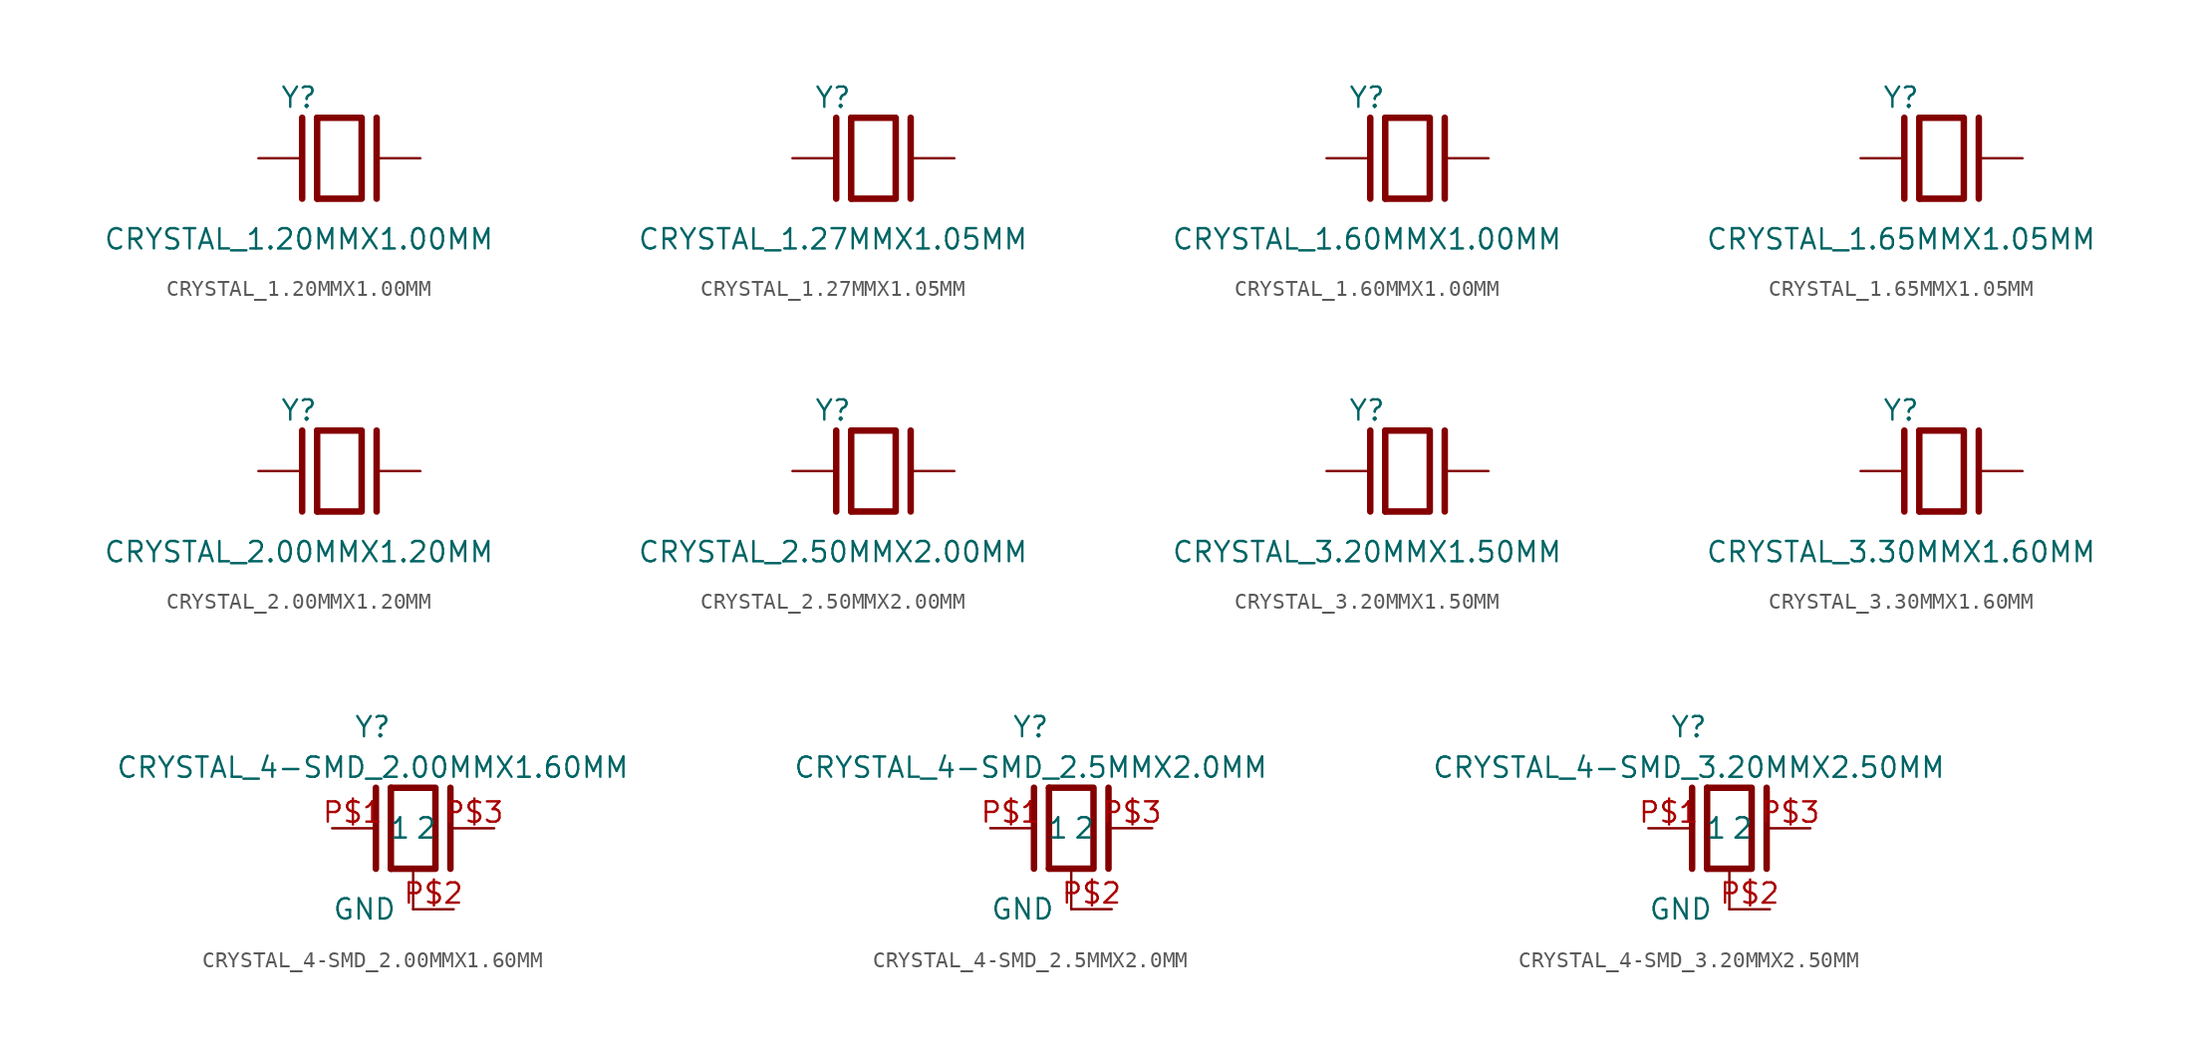
<source format=kicad_sym>
(kicad_symbol_lib
  (version 20211014)
  (generator kicad_symbol_editor)
  (symbol "CRYSTAL_1.20MMX1.00MM"
    (pin_numbers hide)
    (pin_names
      (offset 1.016) hide)
    (property "Reference" "Y"
      (at -2.54 3.81 0)
      (effects (font (size 1.27 1.27))))
    (property "Value" "CRYSTAL_1.20MMX1.00MM"
      (at -2.54 -5.08 0)
      (effects (font (size 1.27 1.27))))
    (symbol "CRYSTAL_1.20MMX1.00MM_0_0")
    (symbol "CRYSTAL_1.20MMX1.00MM_0_1"
      (polyline (pts (xy -1.397 2.54) (xy 1.397 2.54) (xy 1.397 -2.54) (xy -1.397 -2.54)) (stroke (width 0.406) (type default) (color 0 0 0 0)) (fill (type none)))
      (polyline (pts (xy -1.397 2.54) (xy -1.397 -2.54)) (stroke (width 0.406) (type default) (color 0 0 0 0)) (fill (type none)))
      (polyline (pts (xy 2.337 2.54) (xy 2.337 -2.54)) (stroke (width 0.406) (type default) (color 0 0 0 0)) (fill (type none)))
      (polyline (pts (xy -2.337 2.54) (xy -2.337 -2.54)) (stroke (width 0.406) (type default) (color 0 0 0 0)) (fill (type none))))
    (symbol "CRYSTAL_1.20MMX1.00MM_1_1"
      (pin passive line (at 5.08 0 180) (length 2.54) (name "2" (effects (font (size 1.27 1.27)))) (number "P$2" (effects (font (size 1.27 1.27)))))
      (pin passive line (at -5.08 0 0) (length 2.54) (name "1" (effects (font (size 1.27 1.27)))) (number "P$1" (effects (font (size 1.27 1.27)))))))
  (symbol "CRYSTAL_1.27MMX1.05MM"
    (pin_numbers hide)
    (pin_names
      (offset 1.016) hide)
    (property "Reference" "Y"
      (at -2.54 3.81 0)
      (effects (font (size 1.27 1.27))))
    (property "Value" "CRYSTAL_1.27MMX1.05MM"
      (at -2.54 -5.08 0)
      (effects (font (size 1.27 1.27))))
    (symbol "CRYSTAL_1.27MMX1.05MM_0_0")
    (symbol "CRYSTAL_1.27MMX1.05MM_0_1"
      (polyline (pts (xy -1.397 2.54) (xy 1.397 2.54) (xy 1.397 -2.54) (xy -1.397 -2.54)) (stroke (width 0.406) (type default) (color 0 0 0 0)) (fill (type none)))
      (polyline (pts (xy -1.397 2.54) (xy -1.397 -2.54)) (stroke (width 0.406) (type default) (color 0 0 0 0)) (fill (type none)))
      (polyline (pts (xy 2.337 2.54) (xy 2.337 -2.54)) (stroke (width 0.406) (type default) (color 0 0 0 0)) (fill (type none)))
      (polyline (pts (xy -2.337 2.54) (xy -2.337 -2.54)) (stroke (width 0.406) (type default) (color 0 0 0 0)) (fill (type none))))
    (symbol "CRYSTAL_1.27MMX1.05MM_1_1"
      (pin passive line (at 5.08 0 180) (length 2.54) (name "2" (effects (font (size 1.27 1.27)))) (number "P$2" (effects (font (size 1.27 1.27)))))
      (pin passive line (at -5.08 0 0) (length 2.54) (name "1" (effects (font (size 1.27 1.27)))) (number "P$1" (effects (font (size 1.27 1.27)))))))
  (symbol "CRYSTAL_1.60MMX1.00MM"
    (pin_numbers hide)
    (pin_names
      (offset 1.016) hide)
    (property "Reference" "Y"
      (at -2.54 3.81 0)
      (effects (font (size 1.27 1.27))))
    (property "Value" "CRYSTAL_1.60MMX1.00MM"
      (at -2.54 -5.08 0)
      (effects (font (size 1.27 1.27))))
    (symbol "CRYSTAL_1.60MMX1.00MM_0_0")
    (symbol "CRYSTAL_1.60MMX1.00MM_0_1"
      (polyline (pts (xy -1.397 2.54) (xy 1.397 2.54) (xy 1.397 -2.54) (xy -1.397 -2.54)) (stroke (width 0.406) (type default) (color 0 0 0 0)) (fill (type none)))
      (polyline (pts (xy -1.397 2.54) (xy -1.397 -2.54)) (stroke (width 0.406) (type default) (color 0 0 0 0)) (fill (type none)))
      (polyline (pts (xy 2.337 2.54) (xy 2.337 -2.54)) (stroke (width 0.406) (type default) (color 0 0 0 0)) (fill (type none)))
      (polyline (pts (xy -2.337 2.54) (xy -2.337 -2.54)) (stroke (width 0.406) (type default) (color 0 0 0 0)) (fill (type none))))
    (symbol "CRYSTAL_1.60MMX1.00MM_1_1"
      (pin passive line (at 5.08 0 180) (length 2.54) (name "2" (effects (font (size 1.27 1.27)))) (number "P$2" (effects (font (size 1.27 1.27)))))
      (pin passive line (at -5.08 0 0) (length 2.54) (name "1" (effects (font (size 1.27 1.27)))) (number "P$1" (effects (font (size 1.27 1.27)))))))
  (symbol "CRYSTAL_1.65MMX1.05MM"
    (pin_numbers hide)
    (pin_names
      (offset 1.016) hide)
    (property "Reference" "Y"
      (at -2.54 3.81 0)
      (effects (font (size 1.27 1.27))))
    (property "Value" "CRYSTAL_1.65MMX1.05MM"
      (at -2.54 -5.08 0)
      (effects (font (size 1.27 1.27))))
    (symbol "CRYSTAL_1.65MMX1.05MM_0_0")
    (symbol "CRYSTAL_1.65MMX1.05MM_0_1"
      (polyline (pts (xy -1.397 2.54) (xy 1.397 2.54) (xy 1.397 -2.54) (xy -1.397 -2.54)) (stroke (width 0.406) (type default) (color 0 0 0 0)) (fill (type none)))
      (polyline (pts (xy -1.397 2.54) (xy -1.397 -2.54)) (stroke (width 0.406) (type default) (color 0 0 0 0)) (fill (type none)))
      (polyline (pts (xy 2.337 2.54) (xy 2.337 -2.54)) (stroke (width 0.406) (type default) (color 0 0 0 0)) (fill (type none)))
      (polyline (pts (xy -2.337 2.54) (xy -2.337 -2.54)) (stroke (width 0.406) (type default) (color 0 0 0 0)) (fill (type none))))
    (symbol "CRYSTAL_1.65MMX1.05MM_1_1"
      (pin passive line (at 5.08 0 180) (length 2.54) (name "2" (effects (font (size 1.27 1.27)))) (number "P$2" (effects (font (size 1.27 1.27)))))
      (pin passive line (at -5.08 0 0) (length 2.54) (name "1" (effects (font (size 1.27 1.27)))) (number "P$1" (effects (font (size 1.27 1.27)))))))
  (symbol "CRYSTAL_2.00MMX1.20MM"
    (pin_numbers hide)
    (pin_names
      (offset 1.016) hide)
    (property "Reference" "Y"
      (at -2.54 3.81 0)
      (effects (font (size 1.27 1.27))))
    (property "Value" "CRYSTAL_2.00MMX1.20MM"
      (at -2.54 -5.08 0)
      (effects (font (size 1.27 1.27))))
    (symbol "CRYSTAL_2.00MMX1.20MM_0_0")
    (symbol "CRYSTAL_2.00MMX1.20MM_0_1"
      (polyline (pts (xy -1.397 2.54) (xy 1.397 2.54) (xy 1.397 -2.54) (xy -1.397 -2.54)) (stroke (width 0.406) (type default) (color 0 0 0 0)) (fill (type none)))
      (polyline (pts (xy -1.397 2.54) (xy -1.397 -2.54)) (stroke (width 0.406) (type default) (color 0 0 0 0)) (fill (type none)))
      (polyline (pts (xy 2.337 2.54) (xy 2.337 -2.54)) (stroke (width 0.406) (type default) (color 0 0 0 0)) (fill (type none)))
      (polyline (pts (xy -2.337 2.54) (xy -2.337 -2.54)) (stroke (width 0.406) (type default) (color 0 0 0 0)) (fill (type none))))
    (symbol "CRYSTAL_2.00MMX1.20MM_1_1"
      (pin passive line (at 5.08 0 180) (length 2.54) (name "2" (effects (font (size 1.27 1.27)))) (number "P$2" (effects (font (size 1.27 1.27)))))
      (pin passive line (at -5.08 0 0) (length 2.54) (name "1" (effects (font (size 1.27 1.27)))) (number "P$1" (effects (font (size 1.27 1.27)))))))
  (symbol "CRYSTAL_2.50MMX2.00MM"
    (pin_numbers hide)
    (pin_names
      (offset 1.016) hide)
    (property "Reference" "Y"
      (at -2.54 3.81 0)
      (effects (font (size 1.27 1.27))))
    (property "Value" "CRYSTAL_2.50MMX2.00MM"
      (at -2.54 -5.08 0)
      (effects (font (size 1.27 1.27))))
    (symbol "CRYSTAL_2.50MMX2.00MM_0_0")
    (symbol "CRYSTAL_2.50MMX2.00MM_0_1"
      (polyline (pts (xy -1.397 2.54) (xy 1.397 2.54) (xy 1.397 -2.54) (xy -1.397 -2.54)) (stroke (width 0.406) (type default) (color 0 0 0 0)) (fill (type none)))
      (polyline (pts (xy -1.397 2.54) (xy -1.397 -2.54)) (stroke (width 0.406) (type default) (color 0 0 0 0)) (fill (type none)))
      (polyline (pts (xy 2.337 2.54) (xy 2.337 -2.54)) (stroke (width 0.406) (type default) (color 0 0 0 0)) (fill (type none)))
      (polyline (pts (xy -2.337 2.54) (xy -2.337 -2.54)) (stroke (width 0.406) (type default) (color 0 0 0 0)) (fill (type none))))
    (symbol "CRYSTAL_2.50MMX2.00MM_1_1"
      (pin passive line (at 5.08 0 180) (length 2.54) (name "2" (effects (font (size 1.27 1.27)))) (number "P$2" (effects (font (size 1.27 1.27)))))
      (pin passive line (at -5.08 0 0) (length 2.54) (name "1" (effects (font (size 1.27 1.27)))) (number "P$1" (effects (font (size 1.27 1.27)))))))
  (symbol "CRYSTAL_3.20MMX1.50MM"
    (pin_numbers hide)
    (pin_names
      (offset 1.016) hide)
    (property "Reference" "Y"
      (at -2.54 3.81 0)
      (effects (font (size 1.27 1.27))))
    (property "Value" "CRYSTAL_3.20MMX1.50MM"
      (at -2.54 -5.08 0)
      (effects (font (size 1.27 1.27))))
    (symbol "CRYSTAL_3.20MMX1.50MM_0_0")
    (symbol "CRYSTAL_3.20MMX1.50MM_0_1"
      (polyline (pts (xy -1.397 2.54) (xy 1.397 2.54) (xy 1.397 -2.54) (xy -1.397 -2.54)) (stroke (width 0.406) (type default) (color 0 0 0 0)) (fill (type none)))
      (polyline (pts (xy -1.397 2.54) (xy -1.397 -2.54)) (stroke (width 0.406) (type default) (color 0 0 0 0)) (fill (type none)))
      (polyline (pts (xy 2.337 2.54) (xy 2.337 -2.54)) (stroke (width 0.406) (type default) (color 0 0 0 0)) (fill (type none)))
      (polyline (pts (xy -2.337 2.54) (xy -2.337 -2.54)) (stroke (width 0.406) (type default) (color 0 0 0 0)) (fill (type none))))
    (symbol "CRYSTAL_3.20MMX1.50MM_1_1"
      (pin passive line (at 5.08 0 180) (length 2.54) (name "2" (effects (font (size 1.27 1.27)))) (number "P$2" (effects (font (size 1.27 1.27)))))
      (pin passive line (at -5.08 0 0) (length 2.54) (name "1" (effects (font (size 1.27 1.27)))) (number "P$1" (effects (font (size 1.27 1.27)))))))
  (symbol "CRYSTAL_3.30MMX1.60MM"
    (pin_numbers hide)
    (pin_names
      (offset 1.016) hide)
    (property "Reference" "Y"
      (at -2.54 3.81 0)
      (effects (font (size 1.27 1.27))))
    (property "Value" "CRYSTAL_3.30MMX1.60MM"
      (at -2.54 -5.08 0)
      (effects (font (size 1.27 1.27))))
    (symbol "CRYSTAL_3.30MMX1.60MM_0_0")
    (symbol "CRYSTAL_3.30MMX1.60MM_0_1"
      (polyline (pts (xy -1.397 2.54) (xy 1.397 2.54) (xy 1.397 -2.54) (xy -1.397 -2.54)) (stroke (width 0.406) (type default) (color 0 0 0 0)) (fill (type none)))
      (polyline (pts (xy -1.397 2.54) (xy -1.397 -2.54)) (stroke (width 0.406) (type default) (color 0 0 0 0)) (fill (type none)))
      (polyline (pts (xy 2.337 2.54) (xy 2.337 -2.54)) (stroke (width 0.406) (type default) (color 0 0 0 0)) (fill (type none)))
      (polyline (pts (xy -2.337 2.54) (xy -2.337 -2.54)) (stroke (width 0.406) (type default) (color 0 0 0 0)) (fill (type none))))
    (symbol "CRYSTAL_3.30MMX1.60MM_1_1"
      (pin passive line (at 5.08 0 180) (length 2.54) (name "2" (effects (font (size 1.27 1.27)))) (number "P$2" (effects (font (size 1.27 1.27)))))
      (pin passive line (at -5.08 0 0) (length 2.54) (name "1" (effects (font (size 1.27 1.27)))) (number "P$1" (effects (font (size 1.27 1.27)))))))
  (symbol "CRYSTAL_4-SMD_2.00MMX1.60MM"
    (pin_names
      (offset 1.016))
    (property "Reference" "Y"
      (at -2.54 6.35 0)
      (effects (font (size 1.27 1.27))))
    (property "Value" "CRYSTAL_4-SMD_2.00MMX1.60MM"
      (at -2.54 3.81 0)
      (effects (font (size 1.27 1.27))))
    (symbol "CRYSTAL_4-SMD_2.00MMX1.60MM_0_0")
    (symbol "CRYSTAL_4-SMD_2.00MMX1.60MM_0_1"
      (polyline (pts (xy -1.397 2.54) (xy 1.397 2.54) (xy 1.397 -2.54) (xy 0 -2.54) (xy -1.397 -2.54)) (stroke (width 0.406) (type default) (color 0 0 0 0)) (fill (type none)))
      (polyline (pts (xy -1.397 2.54) (xy -1.397 -2.54)) (stroke (width 0.406) (type default) (color 0 0 0 0)) (fill (type none)))
      (polyline (pts (xy 2.337 2.54) (xy 2.337 -2.54)) (stroke (width 0.406) (type default) (color 0 0 0 0)) (fill (type none)))
      (polyline (pts (xy -2.337 2.54) (xy -2.337 -2.54)) (stroke (width 0.406) (type default) (color 0 0 0 0)) (fill (type none)))
      (polyline (pts (xy 0 -2.54) (xy 0 -5.08)) (stroke (width 0.152) (type default) (color 0 0 0 0)) (fill (type none))))
    (symbol "CRYSTAL_4-SMD_2.00MMX1.60MM_1_1"
      (pin passive line (at 5.08 0 180) (length 2.54) (name "2" (effects (font (size 1.27 1.27)))) (number "P$3" (effects (font (size 1.27 1.27)))))
      (pin passive line (at -5.08 0 0) (length 2.54) (name "1" (effects (font (size 1.27 1.27)))) (number "P$1" (effects (font (size 1.27 1.27)))))
      (pin bidirectional line (at 2.54 -5.08 180) (length 2.54) (name "GND" (effects (font (size 1.27 1.27)))) (number "P$2" (effects (font (size 1.27 1.27)))))
      (pin bidirectional line (at 2.54 -5.08 180) (length 2.54) hide (name "GND" (effects (font (size 1.27 1.27)))) (number "P$4" (effects (font (size 1.27 1.27)))))))
  (symbol "CRYSTAL_4-SMD_2.5MMX2.0MM"
    (pin_names
      (offset 1.016))
    (property "Reference" "Y"
      (at -2.54 6.35 0)
      (effects (font (size 1.27 1.27))))
    (property "Value" "CRYSTAL_4-SMD_2.5MMX2.0MM"
      (at -2.54 3.81 0)
      (effects (font (size 1.27 1.27))))
    (symbol "CRYSTAL_4-SMD_2.5MMX2.0MM_0_0")
    (symbol "CRYSTAL_4-SMD_2.5MMX2.0MM_0_1"
      (polyline (pts (xy -1.397 2.54) (xy 1.397 2.54) (xy 1.397 -2.54) (xy 0 -2.54) (xy -1.397 -2.54)) (stroke (width 0.406) (type default) (color 0 0 0 0)) (fill (type none)))
      (polyline (pts (xy -1.397 2.54) (xy -1.397 -2.54)) (stroke (width 0.406) (type default) (color 0 0 0 0)) (fill (type none)))
      (polyline (pts (xy 2.337 2.54) (xy 2.337 -2.54)) (stroke (width 0.406) (type default) (color 0 0 0 0)) (fill (type none)))
      (polyline (pts (xy -2.337 2.54) (xy -2.337 -2.54)) (stroke (width 0.406) (type default) (color 0 0 0 0)) (fill (type none)))
      (polyline (pts (xy 0 -2.54) (xy 0 -5.08)) (stroke (width 0.152) (type default) (color 0 0 0 0)) (fill (type none))))
    (symbol "CRYSTAL_4-SMD_2.5MMX2.0MM_1_1"
      (pin passive line (at 5.08 0 180) (length 2.54) (name "2" (effects (font (size 1.27 1.27)))) (number "P$3" (effects (font (size 1.27 1.27)))))
      (pin passive line (at -5.08 0 0) (length 2.54) (name "1" (effects (font (size 1.27 1.27)))) (number "P$1" (effects (font (size 1.27 1.27)))))
      (pin bidirectional line (at 2.54 -5.08 180) (length 2.54) (name "GND" (effects (font (size 1.27 1.27)))) (number "P$2" (effects (font (size 1.27 1.27)))))
      (pin bidirectional line (at 2.54 -5.08 180) (length 2.54) hide (name "GND" (effects (font (size 1.27 1.27)))) (number "P$4" (effects (font (size 1.27 1.27)))))))
  (symbol "CRYSTAL_4-SMD_3.20MMX2.50MM"
    (pin_names
      (offset 1.016))
    (property "Reference" "Y"
      (at -2.54 6.35 0)
      (effects (font (size 1.27 1.27))))
    (property "Value" "CRYSTAL_4-SMD_3.20MMX2.50MM"
      (at -2.54 3.81 0)
      (effects (font (size 1.27 1.27))))
    (symbol "CRYSTAL_4-SMD_3.20MMX2.50MM_0_0")
    (symbol "CRYSTAL_4-SMD_3.20MMX2.50MM_0_1"
      (polyline (pts (xy -1.397 2.54) (xy 1.397 2.54) (xy 1.397 -2.54) (xy 0 -2.54) (xy -1.397 -2.54)) (stroke (width 0.406) (type default) (color 0 0 0 0)) (fill (type none)))
      (polyline (pts (xy -1.397 2.54) (xy -1.397 -2.54)) (stroke (width 0.406) (type default) (color 0 0 0 0)) (fill (type none)))
      (polyline (pts (xy 2.337 2.54) (xy 2.337 -2.54)) (stroke (width 0.406) (type default) (color 0 0 0 0)) (fill (type none)))
      (polyline (pts (xy -2.337 2.54) (xy -2.337 -2.54)) (stroke (width 0.406) (type default) (color 0 0 0 0)) (fill (type none)))
      (polyline (pts (xy 0 -2.54) (xy 0 -5.08)) (stroke (width 0.152) (type default) (color 0 0 0 0)) (fill (type none))))
    (symbol "CRYSTAL_4-SMD_3.20MMX2.50MM_1_1"
      (pin passive line (at 5.08 0 180) (length 2.54) (name "2" (effects (font (size 1.27 1.27)))) (number "P$3" (effects (font (size 1.27 1.27)))))
      (pin passive line (at -5.08 0 0) (length 2.54) (name "1" (effects (font (size 1.27 1.27)))) (number "P$1" (effects (font (size 1.27 1.27)))))
      (pin bidirectional line (at 2.54 -5.08 180) (length 2.54) (name "GND" (effects (font (size 1.27 1.27)))) (number "P$2" (effects (font (size 1.27 1.27)))))
      (pin bidirectional line (at 2.54 -5.08 180) (length 2.54) hide (name "GND" (effects (font (size 1.27 1.27)))) (number "P$4" (effects (font (size 1.27 1.27))))))))
</source>
